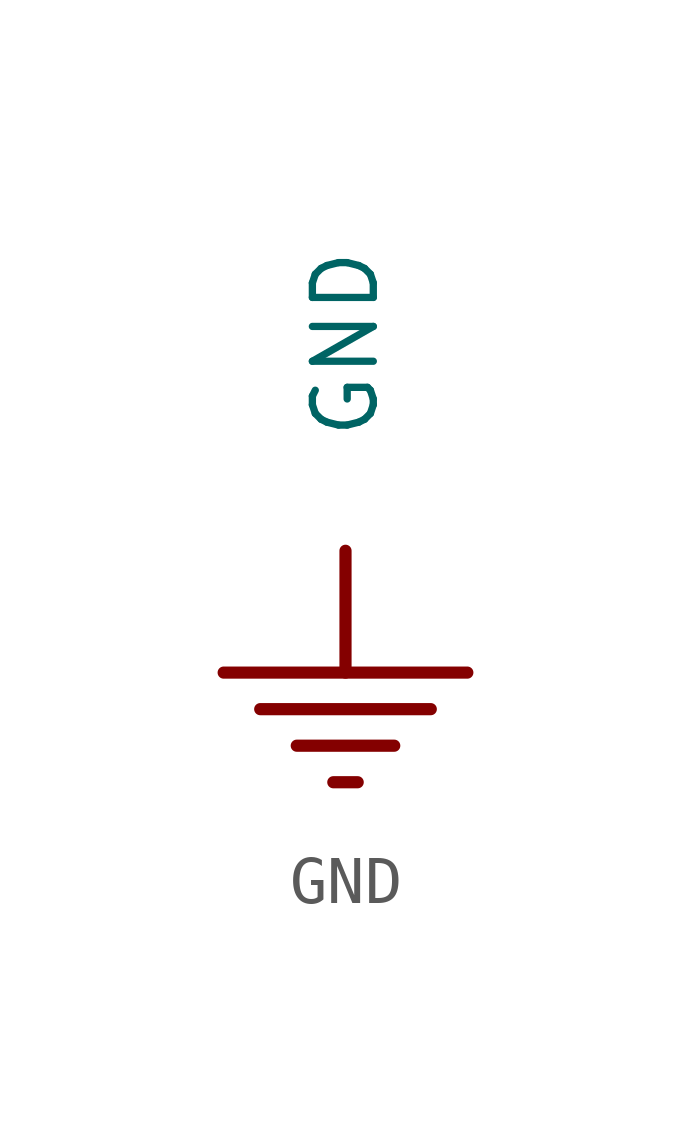
<source format=kicad_sym>
(kicad_symbol_lib
  (version 20220914)
  (generator kicad_symbol_editor)
  (symbol "GND"
    (power)
    (property "Reference" "#PWR04"
      (at 0 0 0)
      (effects (font (size 1.27 1.27)) hide))
    (property "Value" "GND"
      (at 0 6.35 90)
      (effects (font (size 1.27 1.27)) (justify right)))
    (symbol "GND_0_0"
      (polyline (pts (xy -2.54 -2.54) (xy 2.54 -2.54)) (stroke (width 0.254) (type default)) (fill (type none)))
      (polyline (pts (xy -1.778 -3.302) (xy 1.778 -3.302)) (stroke (width 0.254) (type default)) (fill (type none)))
      (polyline (pts (xy -1.016 -4.064) (xy 1.016 -4.064)) (stroke (width 0.254) (type default)) (fill (type none)))
      (polyline (pts (xy -0.254 -4.826) (xy 0.254 -4.826)) (stroke (width 0.254) (type default)) (fill (type none)))
      (polyline (pts (xy 0 0) (xy 0 -2.54)) (stroke (width 0.254) (type default)) (fill (type none)))
      (pin power_in line (at 0 0 0) (length 0) hide (name "GND" (effects (font (size 1.27 1.27)))) (number "" (effects (font (size 1.27 1.27))))))))
</source>
